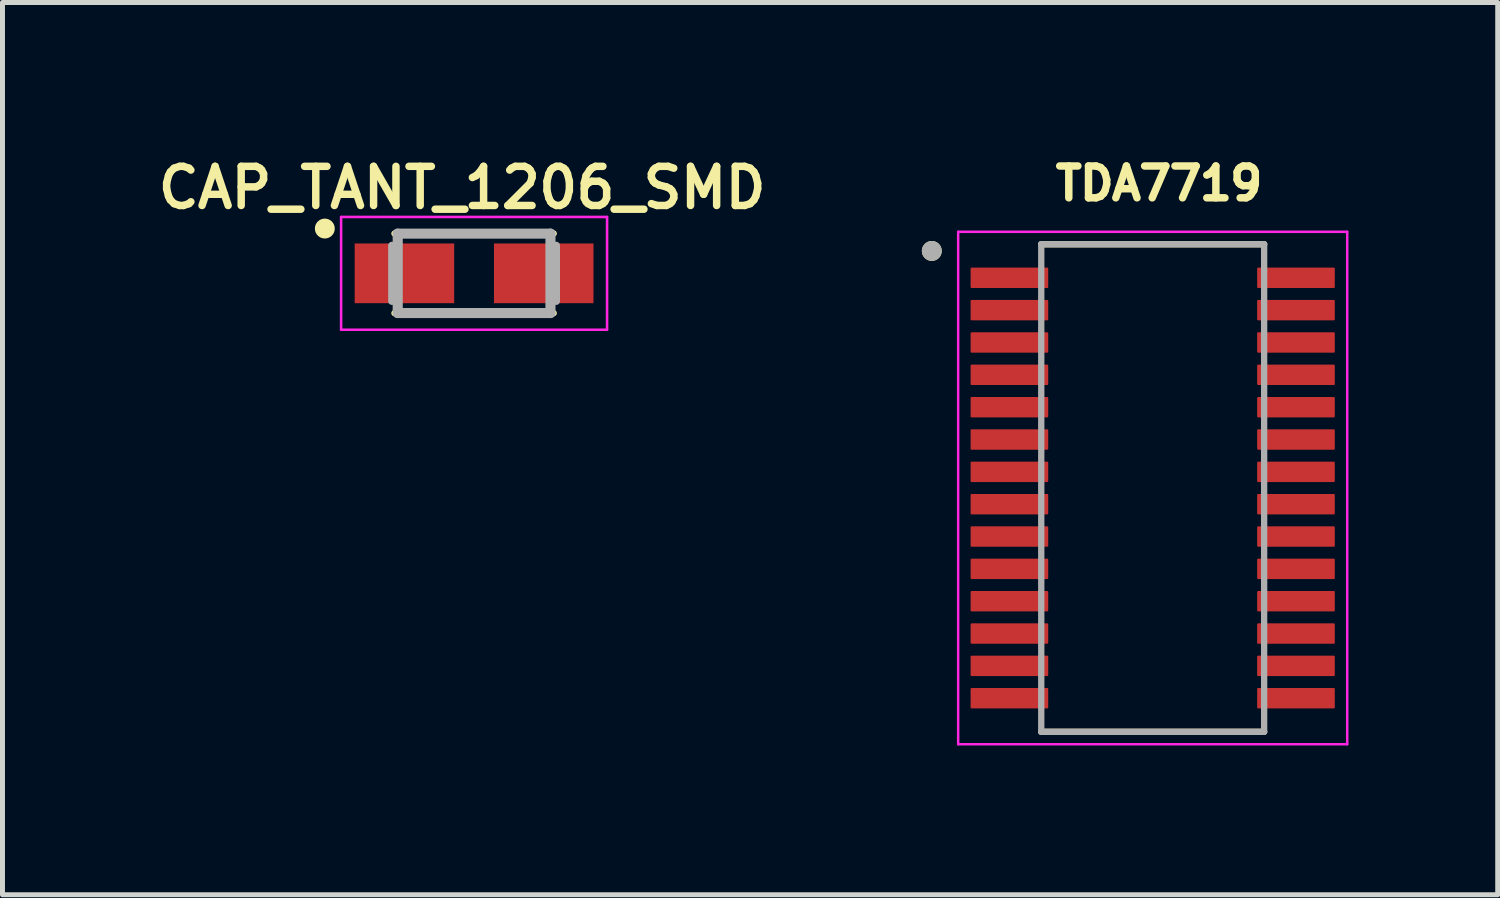
<source format=kicad_pcb>
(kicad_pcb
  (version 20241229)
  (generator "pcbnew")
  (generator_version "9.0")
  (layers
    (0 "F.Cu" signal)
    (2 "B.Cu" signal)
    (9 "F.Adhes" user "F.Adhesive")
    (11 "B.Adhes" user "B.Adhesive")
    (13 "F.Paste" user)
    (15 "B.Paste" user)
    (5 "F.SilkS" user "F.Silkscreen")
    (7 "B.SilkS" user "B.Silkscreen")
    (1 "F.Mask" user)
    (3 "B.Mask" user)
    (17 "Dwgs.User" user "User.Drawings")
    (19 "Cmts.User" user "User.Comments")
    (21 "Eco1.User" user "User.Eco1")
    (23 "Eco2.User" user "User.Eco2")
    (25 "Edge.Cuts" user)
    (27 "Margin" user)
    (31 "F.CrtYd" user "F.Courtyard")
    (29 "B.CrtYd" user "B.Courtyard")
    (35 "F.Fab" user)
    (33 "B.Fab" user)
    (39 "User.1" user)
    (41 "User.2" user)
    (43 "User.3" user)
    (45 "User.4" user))
  (footprint "TDA7719"
    (layer "F.Cu")
    (at 20.119 6.759)
    (property "Reference" "TDA7719" (at 0.127 -6.121 0) (layer "F.SilkS") (effects (font (size 0.64 0.64) (thickness 0.15))))
    (attr through_hole)
    (fp_line (start -2.24 -4.9) (end 2.24 -4.9) (stroke (width 0.127) (type solid)) (layer "F.SilkS"))
    (fp_line (start -2.24 4.9) (end 2.24 4.9) (stroke (width 0.127) (type solid)) (layer "F.SilkS"))
    (fp_circle (center -4.44 -4.765) (end -4.34 -4.765) (stroke (width 0.2) (type solid)) (fill no) (layer "F.SilkS"))
    (fp_line (start -3.91 -5.15) (end -3.91 5.15) (stroke (width 0.05) (type solid)) (layer "F.CrtYd"))
    (fp_line (start -3.91 -5.15) (end 3.91 -5.15) (stroke (width 0.05) (type solid)) (layer "F.CrtYd"))
    (fp_line (start -3.91 5.15) (end 3.91 5.15) (stroke (width 0.05) (type solid)) (layer "F.CrtYd"))
    (fp_line (start 3.91 -5.15) (end 3.91 5.15) (stroke (width 0.05) (type solid)) (layer "F.CrtYd"))
    (fp_line (start -2.24 -4.9) (end -2.24 4.9) (stroke (width 0.127) (type solid)) (layer "F.Fab"))
    (fp_line (start -2.24 -4.9) (end 2.24 -4.9) (stroke (width 0.127) (type solid)) (layer "F.Fab"))
    (fp_line (start -2.24 4.9) (end 2.24 4.9) (stroke (width 0.127) (type solid)) (layer "F.Fab"))
    (fp_line (start 2.24 -4.9) (end 2.24 4.9) (stroke (width 0.127) (type solid)) (layer "F.Fab"))
    (fp_circle (center -4.44 -4.765) (end -4.34 -4.765) (stroke (width 0.2) (type solid)) (fill no) (layer "F.Fab"))
    (pad "1" smd roundrect (at -2.88 -4.225) (size 1.56 0.41) (layers "F.Cu" "F.Mask" "F.Paste") (roundrect_rratio 0.05))
    (pad "2" smd roundrect (at -2.88 -3.575) (size 1.56 0.41) (layers "F.Cu" "F.Mask" "F.Paste") (roundrect_rratio 0.05))
    (pad "3" smd roundrect (at -2.88 -2.925) (size 1.56 0.41) (layers "F.Cu" "F.Mask" "F.Paste") (roundrect_rratio 0.05))
    (pad "4" smd roundrect (at -2.88 -2.275) (size 1.56 0.41) (layers "F.Cu" "F.Mask" "F.Paste") (roundrect_rratio 0.05))
    (pad "5" smd roundrect (at -2.88 -1.625) (size 1.56 0.41) (layers "F.Cu" "F.Mask" "F.Paste") (roundrect_rratio 0.05))
    (pad "6" smd roundrect (at -2.88 -0.975) (size 1.56 0.41) (layers "F.Cu" "F.Mask" "F.Paste") (roundrect_rratio 0.05))
    (pad "7" smd roundrect (at -2.88 -0.325) (size 1.56 0.41) (layers "F.Cu" "F.Mask" "F.Paste") (roundrect_rratio 0.05))
    (pad "8" smd roundrect (at -2.88 0.325) (size 1.56 0.41) (layers "F.Cu" "F.Mask" "F.Paste") (roundrect_rratio 0.05))
    (pad "9" smd roundrect (at -2.88 0.975) (size 1.56 0.41) (layers "F.Cu" "F.Mask" "F.Paste") (roundrect_rratio 0.05))
    (pad "10" smd roundrect (at -2.88 1.625) (size 1.56 0.41) (layers "F.Cu" "F.Mask" "F.Paste") (roundrect_rratio 0.05))
    (pad "11" smd roundrect (at -2.88 2.275) (size 1.56 0.41) (layers "F.Cu" "F.Mask" "F.Paste") (roundrect_rratio 0.05))
    (pad "12" smd roundrect (at -2.88 2.925) (size 1.56 0.41) (layers "F.Cu" "F.Mask" "F.Paste") (roundrect_rratio 0.05))
    (pad "13" smd roundrect (at -2.88 3.575) (size 1.56 0.41) (layers "F.Cu" "F.Mask" "F.Paste") (roundrect_rratio 0.05))
    (pad "14" smd roundrect (at -2.88 4.225) (size 1.56 0.41) (layers "F.Cu" "F.Mask" "F.Paste") (roundrect_rratio 0.05))
    (pad "15" smd roundrect (at 2.88 4.225) (size 1.56 0.41) (layers "F.Cu" "F.Mask" "F.Paste") (roundrect_rratio 0.05))
    (pad "16" smd roundrect (at 2.88 3.575) (size 1.56 0.41) (layers "F.Cu" "F.Mask" "F.Paste") (roundrect_rratio 0.05))
    (pad "17" smd roundrect (at 2.88 2.925) (size 1.56 0.41) (layers "F.Cu" "F.Mask" "F.Paste") (roundrect_rratio 0.05))
    (pad "18" smd roundrect (at 2.88 2.275) (size 1.56 0.41) (layers "F.Cu" "F.Mask" "F.Paste") (roundrect_rratio 0.05))
    (pad "19" smd roundrect (at 2.88 1.625) (size 1.56 0.41) (layers "F.Cu" "F.Mask" "F.Paste") (roundrect_rratio 0.05))
    (pad "20" smd roundrect (at 2.88 0.975) (size 1.56 0.41) (layers "F.Cu" "F.Mask" "F.Paste") (roundrect_rratio 0.05))
    (pad "21" smd roundrect (at 2.88 0.325) (size 1.56 0.41) (layers "F.Cu" "F.Mask" "F.Paste") (roundrect_rratio 0.05))
    (pad "22" smd roundrect (at 2.88 -0.325) (size 1.56 0.41) (layers "F.Cu" "F.Mask" "F.Paste") (roundrect_rratio 0.05))
    (pad "23" smd roundrect (at 2.88 -0.975) (size 1.56 0.41) (layers "F.Cu" "F.Mask" "F.Paste") (roundrect_rratio 0.05))
    (pad "24" smd roundrect (at 2.88 -1.625) (size 1.56 0.41) (layers "F.Cu" "F.Mask" "F.Paste") (roundrect_rratio 0.05))
    (pad "25" smd roundrect (at 2.88 -2.275) (size 1.56 0.41) (layers "F.Cu" "F.Mask" "F.Paste") (roundrect_rratio 0.05))
    (pad "26" smd roundrect (at 2.88 -2.925) (size 1.56 0.41) (layers "F.Cu" "F.Mask" "F.Paste") (roundrect_rratio 0.05))
    (pad "27" smd roundrect (at 2.88 -3.575) (size 1.56 0.41) (layers "F.Cu" "F.Mask" "F.Paste") (roundrect_rratio 0.05))
    (pad "28" smd roundrect (at 2.88 -4.225) (size 1.56 0.41) (layers "F.Cu" "F.Mask" "F.Paste") (roundrect_rratio 0.05)))
  (footprint "CAP_TANT_1206_SMD"
    (layer "F.Cu")
    (at 6.479 2.444)
    (property "Reference" "CAP_TANT_1206_SMD" (at -0.24 -1.72 0) (layer "F.SilkS") (effects (font (size 0.787 0.787) (thickness 0.15))))
    (attr through_hole)
    (fp_line (start -1.6 -0.8) (end 1.6 -0.8) (stroke (width 0.127) (type solid)) (layer "F.SilkS"))
    (fp_line (start -1.6 0.8) (end 1.6 0.8) (stroke (width 0.127) (type solid)) (layer "F.SilkS"))
    (fp_circle (center -3 -0.9) (end -2.9 -0.9) (stroke (width 0.2) (type solid)) (fill no) (layer "F.SilkS"))
    (fp_line (start -2.673 -1.133) (end 2.673 -1.133) (stroke (width 0.051) (type solid)) (layer "F.CrtYd"))
    (fp_line (start -2.673 1.133) (end -2.673 -1.133) (stroke (width 0.051) (type solid)) (layer "F.CrtYd"))
    (fp_line (start 2.673 -1.133) (end 2.673 1.133) (stroke (width 0.051) (type solid)) (layer "F.CrtYd"))
    (fp_line (start 2.673 1.133) (end -2.673 1.133) (stroke (width 0.051) (type solid)) (layer "F.CrtYd"))
    (fp_line (start -1.651 -0.559) (end -1.651 0.559) (stroke (width 0.152) (type solid)) (layer "F.Fab"))
    (fp_line (start -1.535 -0.798) (end -1.535 0.798) (stroke (width 0.203) (type solid)) (layer "F.Fab"))
    (fp_line (start -1.535 0.798) (end 1.535 0.798) (stroke (width 0.203) (type solid)) (layer "F.Fab"))
    (fp_line (start 1.535 -0.798) (end -1.535 -0.798) (stroke (width 0.203) (type solid)) (layer "F.Fab"))
    (fp_line (start 1.535 0.798) (end 1.535 -0.798) (stroke (width 0.203) (type solid)) (layer "F.Fab"))
    (fp_line (start 1.651 -0.559) (end 1.651 0.559) (stroke (width 0.152) (type solid)) (layer "F.Fab"))
    (pad "+" smd rect (at 1.4 0) (size 2 1.2) (layers "F.Cu" "F.Mask" "F.Paste"))
    (pad "-" smd rect (at -1.4 0) (size 2 1.2) (layers "F.Cu" "F.Mask" "F.Paste")))
  (gr_rect
    (start -3 -3)
    (end 27.054 14.934)
    (stroke (width 0.1) (type default))
    (fill no)
    (layer "Edge.Cuts")))
</source>
